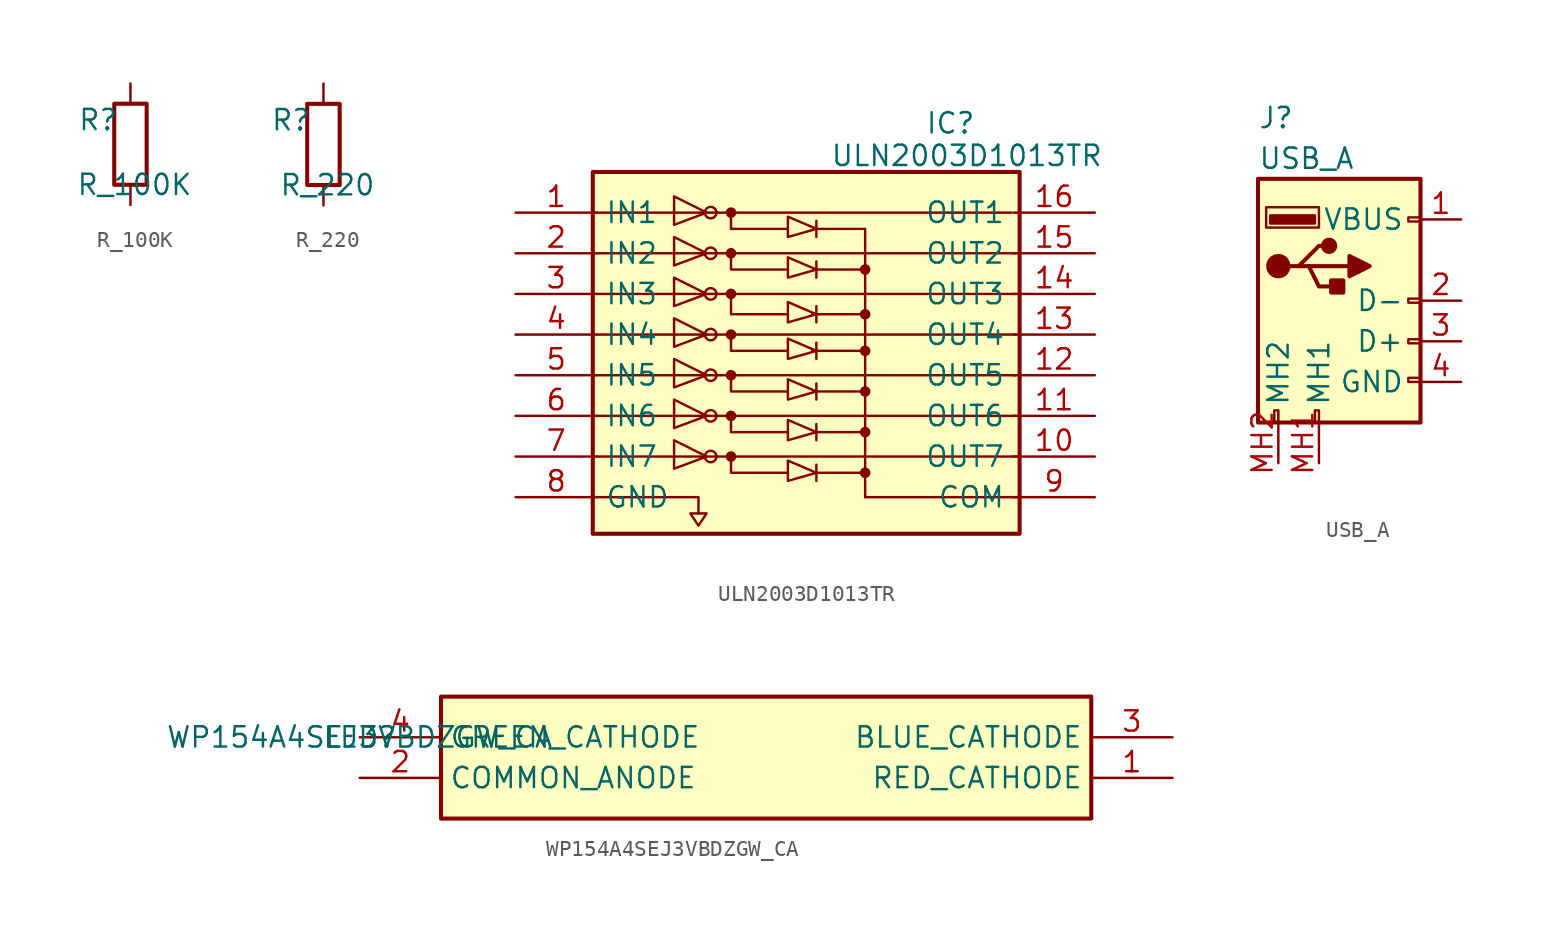
<source format=kicad_sym>
(kicad_symbol_lib
  (version 20211014)
  (generator kicad_symbol_editor)
  (symbol "R_100K"
    (pin_numbers hide)
    (pin_names
      (offset 1.016) hide)
    (property "Reference" "R"
      (at -2.032 1.524 0)
      (effects (font (size 1.27 1.27))))
    (property "Value" "R_100K"
      (at 0.254 -2.54 0)
      (effects (font (size 1.27 1.27))))
    (symbol "R_100K_0_1"
      (rectangle (start -1.016 -2.54) (end 1.016 2.54) (stroke (width 0.254) (type default) (color 0 0 0 0)) (fill (type none))))
    (symbol "R_100K_1_1"
      (pin passive line (at 0 3.81 270) (length 1.27) (name "~" (effects (font (size 1.27 1.27)))) (number "1" (effects (font (size 1.27 1.27)))))
      (pin passive line (at 0 -3.81 90) (length 1.27) (name "~" (effects (font (size 1.27 1.27)))) (number "2" (effects (font (size 1.27 1.27)))))))
  (symbol "R_220"
    (pin_numbers hide)
    (pin_names
      (offset 1.016) hide)
    (property "Reference" "R"
      (at -2.032 1.524 0)
      (effects (font (size 1.27 1.27))))
    (property "Value" "R_220"
      (at 0.254 -2.54 0)
      (effects (font (size 1.27 1.27))))
    (symbol "R_220_0_1"
      (rectangle (start -1.016 -2.54) (end 1.016 2.54) (stroke (width 0.254) (type default) (color 0 0 0 0)) (fill (type none))))
    (symbol "R_220_1_1"
      (pin passive line (at 0 3.81 270) (length 1.27) (name "~" (effects (font (size 1.27 1.27)))) (number "1" (effects (font (size 1.27 1.27)))))
      (pin passive line (at 0 -3.81 90) (length 1.27) (name "~" (effects (font (size 1.27 1.27)))) (number "2" (effects (font (size 1.27 1.27)))))))
  (symbol "ULN2003D1013TR"
    (property "Reference" "IC"
      (at 27.178 5.588 0)
      (effects (font (size 1.27 1.27))))
    (property "Value" "ULN2003D1013TR"
      (at 28.194 3.556 0)
      (effects (font (size 1.27 1.27))))
    (symbol "ULN2003D1013TR_0_0"
      (text "" (at 10.922 -13.208 0) (effects (font (size 1.27 1.27)))))
    (symbol "ULN2003D1013TR_0_1"
      (polyline (pts (xy 4.826 0) (xy 30.988 0)) (stroke (width 0) (type default) (color 0 0 0 0)) (fill (type none)))
      (polyline (pts (xy 5.08 -15.24) (xy 31.496 -15.24)) (stroke (width 0) (type default) (color 0 0 0 0)) (fill (type none)))
      (polyline (pts (xy 5.08 -12.7) (xy 31.242 -12.7)) (stroke (width 0) (type default) (color 0 0 0 0)) (fill (type none)))
      (polyline (pts (xy 5.08 -10.16) (xy 31.242 -10.16)) (stroke (width 0) (type default) (color 0 0 0 0)) (fill (type none)))
      (polyline (pts (xy 5.08 -7.62) (xy 31.242 -7.62)) (stroke (width 0) (type default) (color 0 0 0 0)) (fill (type none)))
      (polyline (pts (xy 5.08 -5.08) (xy 31.242 -5.08)) (stroke (width 0) (type default) (color 0 0 0 0)) (fill (type none)))
      (polyline (pts (xy 5.08 -2.54) (xy 31.242 -2.54)) (stroke (width 0) (type default) (color 0 0 0 0)) (fill (type none)))
      (polyline (pts (xy 18.542 -8.636) (xy 21.59 -8.636)) (stroke (width 0) (type default) (color 0 0 0 0)) (fill (type none)))
      (polyline (pts (xy 18.542 -6.35) (xy 21.59 -6.35)) (stroke (width 0) (type default) (color 0 0 0 0)) (fill (type none)))
      (polyline (pts (xy 18.796 -16.256) (xy 21.844 -16.256)) (stroke (width 0) (type default) (color 0 0 0 0)) (fill (type none)))
      (polyline (pts (xy 18.796 -15.748) (xy 18.796 -16.764)) (stroke (width 0) (type default) (color 0 0 0 0)) (fill (type none)))
      (polyline (pts (xy 18.796 -13.716) (xy 21.844 -13.716)) (stroke (width 0) (type default) (color 0 0 0 0)) (fill (type none)))
      (polyline (pts (xy 18.796 -13.208) (xy 18.796 -14.224)) (stroke (width 0) (type default) (color 0 0 0 0)) (fill (type none)))
      (polyline (pts (xy 18.796 -11.176) (xy 21.844 -11.176)) (stroke (width 0) (type default) (color 0 0 0 0)) (fill (type none)))
      (polyline (pts (xy 18.796 -10.668) (xy 18.796 -11.684)) (stroke (width 0) (type default) (color 0 0 0 0)) (fill (type none)))
      (polyline (pts (xy 18.796 -8.128) (xy 18.796 -9.144)) (stroke (width 0) (type default) (color 0 0 0 0)) (fill (type none)))
      (polyline (pts (xy 18.796 -5.842) (xy 18.796 -6.858)) (stroke (width 0) (type default) (color 0 0 0 0)) (fill (type none)))
      (polyline (pts (xy 18.796 -3.556) (xy 21.844 -3.556)) (stroke (width 0) (type default) (color 0 0 0 0)) (fill (type none)))
      (polyline (pts (xy 18.796 -3.048) (xy 18.796 -4.064)) (stroke (width 0) (type default) (color 0 0 0 0)) (fill (type none)))
      (polyline (pts (xy 18.796 -0.508) (xy 18.796 -1.524)) (stroke (width 0) (type default) (color 0 0 0 0)) (fill (type none)))
      (polyline (pts (xy 21.844 -17.78) (xy 31.496 -17.78)) (stroke (width 0) (type default) (color 0 0 0 0)) (fill (type none)))
      (polyline (pts (xy 5.08 -17.78) (xy 11.43 -17.78) (xy 11.43 -18.796)) (stroke (width 0) (type default) (color 0 0 0 0)) (fill (type none)))
      (polyline (pts (xy 13.462 -15.24) (xy 13.462 -16.256) (xy 17.018 -16.256)) (stroke (width 0) (type default) (color 0 0 0 0)) (fill (type none)))
      (polyline (pts (xy 13.462 -12.7) (xy 13.462 -13.716) (xy 17.018 -13.716)) (stroke (width 0) (type default) (color 0 0 0 0)) (fill (type none)))
      (polyline (pts (xy 13.462 -10.16) (xy 13.462 -11.176) (xy 17.018 -11.176)) (stroke (width 0) (type default) (color 0 0 0 0)) (fill (type none)))
      (polyline (pts (xy 13.462 -7.62) (xy 13.462 -8.636) (xy 17.018 -8.636)) (stroke (width 0) (type default) (color 0 0 0 0)) (fill (type none)))
      (polyline (pts (xy 13.462 -5.334) (xy 13.462 -6.35) (xy 17.018 -6.35)) (stroke (width 0) (type default) (color 0 0 0 0)) (fill (type none)))
      (polyline (pts (xy 13.462 -2.54) (xy 13.462 -3.556) (xy 17.018 -3.556)) (stroke (width 0) (type default) (color 0 0 0 0)) (fill (type none)))
      (polyline (pts (xy 13.462 0) (xy 13.462 -1.016) (xy 17.018 -1.016)) (stroke (width 0) (type default) (color 0 0 0 0)) (fill (type none)))
      (polyline (pts (xy 21.844 -17.78) (xy 21.844 -1.016) (xy 18.796 -1.016)) (stroke (width 0) (type default) (color 0 0 0 0)) (fill (type none)))
      (polyline (pts (xy 9.906 -14.224) (xy 9.906 -16.002) (xy 11.938 -15.24) (xy 9.906 -14.224)) (stroke (width 0) (type default) (color 0 0 0 0)) (fill (type none)))
      (polyline (pts (xy 9.906 -11.684) (xy 9.906 -13.462) (xy 11.938 -12.7) (xy 9.906 -11.684)) (stroke (width 0) (type default) (color 0 0 0 0)) (fill (type none)))
      (polyline (pts (xy 9.906 -9.144) (xy 9.906 -10.922) (xy 11.938 -10.16) (xy 9.906 -9.144)) (stroke (width 0) (type default) (color 0 0 0 0)) (fill (type none)))
      (polyline (pts (xy 9.906 -6.604) (xy 9.906 -8.382) (xy 11.938 -7.62) (xy 9.906 -6.604)) (stroke (width 0) (type default) (color 0 0 0 0)) (fill (type none)))
      (polyline (pts (xy 9.906 -4.064) (xy 9.906 -5.842) (xy 11.938 -5.08) (xy 9.906 -4.064)) (stroke (width 0) (type default) (color 0 0 0 0)) (fill (type none)))
      (polyline (pts (xy 9.906 -1.524) (xy 9.906 -3.302) (xy 11.938 -2.54) (xy 9.906 -1.524)) (stroke (width 0) (type default) (color 0 0 0 0)) (fill (type none)))
      (polyline (pts (xy 9.906 1.016) (xy 9.906 -0.762) (xy 11.938 0) (xy 9.906 1.016)) (stroke (width 0) (type default) (color 0 0 0 0)) (fill (type none)))
      (polyline (pts (xy 10.922 -18.796) (xy 11.938 -18.796) (xy 11.43 -19.558) (xy 10.922 -18.796)) (stroke (width 0) (type default) (color 0 0 0 0)) (fill (type none)))
      (polyline (pts (xy 17.018 -15.494) (xy 17.018 -16.764) (xy 18.796 -16.256) (xy 17.018 -15.494)) (stroke (width 0) (type default) (color 0 0 0 0)) (fill (type none)))
      (polyline (pts (xy 17.018 -12.954) (xy 17.018 -14.224) (xy 18.796 -13.716) (xy 17.018 -12.954)) (stroke (width 0) (type default) (color 0 0 0 0)) (fill (type none)))
      (polyline (pts (xy 17.018 -10.414) (xy 17.018 -11.684) (xy 18.796 -11.176) (xy 17.018 -10.414)) (stroke (width 0) (type default) (color 0 0 0 0)) (fill (type none)))
      (polyline (pts (xy 17.018 -7.874) (xy 17.018 -9.144) (xy 18.796 -8.636) (xy 17.018 -7.874)) (stroke (width 0) (type default) (color 0 0 0 0)) (fill (type none)))
      (polyline (pts (xy 17.018 -5.588) (xy 17.018 -6.858) (xy 18.796 -6.35) (xy 17.018 -5.588)) (stroke (width 0) (type default) (color 0 0 0 0)) (fill (type none)))
      (polyline (pts (xy 17.018 -2.794) (xy 17.018 -4.064) (xy 18.796 -3.556) (xy 17.018 -2.794)) (stroke (width 0) (type default) (color 0 0 0 0)) (fill (type none)))
      (polyline (pts (xy 17.018 -0.254) (xy 17.018 -1.524) (xy 18.796 -1.016) (xy 17.018 -0.254)) (stroke (width 0) (type default) (color 0 0 0 0)) (fill (type none)))
      (circle (center 12.192 -15.24) (radius 0.359) (stroke (width 0) (type default) (color 0 0 0 0)) (fill (type none)))
      (circle (center 12.192 -12.7) (radius 0.359) (stroke (width 0) (type default) (color 0 0 0 0)) (fill (type none)))
      (circle (center 12.192 -10.16) (radius 0.359) (stroke (width 0) (type default) (color 0 0 0 0)) (fill (type none)))
      (circle (center 12.192 -7.62) (radius 0.359) (stroke (width 0) (type default) (color 0 0 0 0)) (fill (type none)))
      (circle (center 12.192 -5.08) (radius 0.359) (stroke (width 0) (type default) (color 0 0 0 0)) (fill (type none)))
      (circle (center 12.192 -2.54) (radius 0.359) (stroke (width 0) (type default) (color 0 0 0 0)) (fill (type none)))
      (circle (center 12.192 0) (radius 0.359) (stroke (width 0) (type default) (color 0 0 0 0)) (fill (type none)))
      (circle (center 13.462 -15.24) (radius 0.254) (stroke (width 0) (type default) (color 0 0 0 0)) (fill (type outline)))
      (circle (center 13.462 -12.7) (radius 0.254) (stroke (width 0) (type default) (color 0 0 0 0)) (fill (type outline)))
      (circle (center 13.462 -10.16) (radius 0.254) (stroke (width 0) (type default) (color 0 0 0 0)) (fill (type outline)))
      (circle (center 13.462 -7.62) (radius 0.254) (stroke (width 0) (type default) (color 0 0 0 0)) (fill (type outline)))
      (circle (center 13.462 -5.08) (radius 0.254) (stroke (width 0) (type default) (color 0 0 0 0)) (fill (type outline)))
      (circle (center 13.462 -2.54) (radius 0.254) (stroke (width 0) (type default) (color 0 0 0 0)) (fill (type outline)))
      (circle (center 13.462 0) (radius 0.254) (stroke (width 0) (type default) (color 0 0 0 0)) (fill (type outline)))
      (circle (center 21.844 -16.256) (radius 0.254) (stroke (width 0) (type default) (color 0 0 0 0)) (fill (type outline)))
      (circle (center 21.844 -13.716) (radius 0.254) (stroke (width 0) (type default) (color 0 0 0 0)) (fill (type outline)))
      (circle (center 21.844 -11.176) (radius 0.254) (stroke (width 0) (type default) (color 0 0 0 0)) (fill (type outline)))
      (circle (center 21.844 -8.636) (radius 0.254) (stroke (width 0) (type default) (color 0 0 0 0)) (fill (type outline)))
      (circle (center 21.844 -6.35) (radius 0.254) (stroke (width 0) (type default) (color 0 0 0 0)) (fill (type outline)))
      (circle (center 21.844 -3.556) (radius 0.254) (stroke (width 0) (type default) (color 0 0 0 0)) (fill (type outline))))
    (symbol "ULN2003D1013TR_1_1"
      (rectangle (start 4.826 2.54) (end 31.496 -20.066) (stroke (width 0.254) (type default) (color 0 0 0 0)) (fill (type background)))
      (pin passive line (at 0 0 0) (length 5.08) (name "IN1" (effects (font (size 1.27 1.27)))) (number "1" (effects (font (size 1.27 1.27)))))
      (pin passive line (at 36.195 -15.24 180) (length 5.08) (name "OUT7" (effects (font (size 1.27 1.27)))) (number "10" (effects (font (size 1.27 1.27)))))
      (pin passive line (at 36.195 -12.7 180) (length 5.08) (name "OUT6" (effects (font (size 1.27 1.27)))) (number "11" (effects (font (size 1.27 1.27)))))
      (pin passive line (at 36.195 -10.16 180) (length 5.08) (name "OUT5" (effects (font (size 1.27 1.27)))) (number "12" (effects (font (size 1.27 1.27)))))
      (pin passive line (at 36.195 -7.62 180) (length 5.08) (name "OUT4" (effects (font (size 1.27 1.27)))) (number "13" (effects (font (size 1.27 1.27)))))
      (pin passive line (at 36.195 -5.08 180) (length 5.08) (name "OUT3" (effects (font (size 1.27 1.27)))) (number "14" (effects (font (size 1.27 1.27)))))
      (pin passive line (at 36.195 -2.54 180) (length 5.08) (name "OUT2" (effects (font (size 1.27 1.27)))) (number "15" (effects (font (size 1.27 1.27)))))
      (pin passive line (at 36.195 0 180) (length 5.08) (name "OUT1" (effects (font (size 1.27 1.27)))) (number "16" (effects (font (size 1.27 1.27)))))
      (pin passive line (at 0 -2.54 0) (length 5.08) (name "IN2" (effects (font (size 1.27 1.27)))) (number "2" (effects (font (size 1.27 1.27)))))
      (pin passive line (at 0 -5.08 0) (length 5.08) (name "IN3" (effects (font (size 1.27 1.27)))) (number "3" (effects (font (size 1.27 1.27)))))
      (pin passive line (at 0 -7.62 0) (length 5.08) (name "IN4" (effects (font (size 1.27 1.27)))) (number "4" (effects (font (size 1.27 1.27)))))
      (pin passive line (at 0 -10.16 0) (length 5.08) (name "IN5" (effects (font (size 1.27 1.27)))) (number "5" (effects (font (size 1.27 1.27)))))
      (pin passive line (at 0 -12.7 0) (length 5.08) (name "IN6" (effects (font (size 1.27 1.27)))) (number "6" (effects (font (size 1.27 1.27)))))
      (pin passive line (at 0 -15.24 0) (length 5.08) (name "IN7" (effects (font (size 1.27 1.27)))) (number "7" (effects (font (size 1.27 1.27)))))
      (pin passive line (at 0 -17.78 0) (length 5.08) (name "GND" (effects (font (size 1.27 1.27)))) (number "8" (effects (font (size 1.27 1.27)))))
      (pin passive line (at 36.195 -17.78 180) (length 5.08) (name "COM" (effects (font (size 1.27 1.27)))) (number "9" (effects (font (size 1.27 1.27)))))))
  (symbol "USB_A"
    (pin_names
      (offset 1.016))
    (property "Reference" "J"
      (at -5.08 11.43 0)
      (effects (font (size 1.27 1.27)) (justify left)))
    (property "Value" "USB_A"
      (at -5.08 8.89 0)
      (effects (font (size 1.27 1.27)) (justify left)))
    (symbol "USB_A_0_1"
      (rectangle (start -5.08 -7.62) (end 5.08 7.62) (stroke (width 0.254) (type default) (color 0 0 0 0)) (fill (type background)))
      (rectangle (start -4.064 -7.62) (end -3.81 -6.858) (stroke (width 0) (type default) (color 0 0 0 0)) (fill (type none)))
      (circle (center -3.81 2.159) (radius 0.635) (stroke (width 0.254) (type default) (color 0 0 0 0)) (fill (type outline)))
      (rectangle (start -1.524 -7.62) (end -1.27 -6.858) (stroke (width 0) (type default) (color 0 0 0 0)) (fill (type none)))
      (rectangle (start -1.524 4.826) (end -4.318 5.334) (stroke (width 0) (type default) (color 0 0 0 0)) (fill (type outline)))
      (rectangle (start -1.27 4.572) (end -4.572 5.842) (stroke (width 0) (type default) (color 0 0 0 0)) (fill (type none)))
      (circle (center -0.635 3.429) (radius 0.381) (stroke (width 0.254) (type default) (color 0 0 0 0)) (fill (type outline)))
      (polyline (pts (xy -3.175 2.159) (xy -2.54 2.159) (xy -1.27 3.429) (xy -0.635 3.429)) (stroke (width 0.254) (type default) (color 0 0 0 0)) (fill (type none)))
      (polyline (pts (xy -2.54 2.159) (xy -1.905 2.159) (xy -1.27 0.889) (xy 0 0.889)) (stroke (width 0.254) (type default) (color 0 0 0 0)) (fill (type none)))
      (polyline (pts (xy 0.635 2.794) (xy 0.635 1.524) (xy 1.905 2.159) (xy 0.635 2.794)) (stroke (width 0.254) (type default) (color 0 0 0 0)) (fill (type outline)))
      (rectangle (start 0.254 1.27) (end -0.508 0.508) (stroke (width 0.254) (type default) (color 0 0 0 0)) (fill (type outline)))
      (rectangle (start 5.08 -5.08) (end 4.318 -4.826) (stroke (width 0) (type default) (color 0 0 0 0)) (fill (type none)))
      (rectangle (start 5.08 -2.667) (end 4.318 -2.413) (stroke (width 0) (type default) (color 0 0 0 0)) (fill (type none)))
      (rectangle (start 5.08 -0.127) (end 4.318 0.127) (stroke (width 0) (type default) (color 0 0 0 0)) (fill (type none)))
      (rectangle (start 5.08 4.953) (end 4.318 5.207) (stroke (width 0) (type default) (color 0 0 0 0)) (fill (type none))))
    (symbol "USB_A_1_1"
      (polyline (pts (xy -1.905 2.159) (xy 0.635 2.159)) (stroke (width 0.254) (type default) (color 0 0 0 0)) (fill (type none)))
      (pin power_in line (at 7.62 5.08 180) (length 2.54) (name "VBUS" (effects (font (size 1.27 1.27)))) (number "1" (effects (font (size 1.27 1.27)))))
      (pin bidirectional line (at 7.62 0 180) (length 2.54) (name "D-" (effects (font (size 1.27 1.27)))) (number "2" (effects (font (size 1.27 1.27)))))
      (pin bidirectional line (at 7.62 -2.54 180) (length 2.54) (name "D+" (effects (font (size 1.27 1.27)))) (number "3" (effects (font (size 1.27 1.27)))))
      (pin power_in line (at 7.62 -5.08 180) (length 2.54) (name "GND" (effects (font (size 1.27 1.27)))) (number "4" (effects (font (size 1.27 1.27)))))
      (pin passive line (at -1.27 -10.16 90) (length 2.54) (name "MH1" (effects (font (size 1.27 1.27)))) (number "MH1" (effects (font (size 1.27 1.27)))))
      (pin passive line (at -3.81 -10.16 90) (length 2.54) (name "MH2" (effects (font (size 1.27 1.27)))) (number "MH2" (effects (font (size 1.27 1.27)))))))
  (symbol "WP154A4SEJ3VBDZGW_CA"
    (property "Reference" "LED"
      (at 0 0 0)
      (effects (font (size 1.27 1.27))))
    (property "Value" "WP154A4SEJ3VBDZGW_CA"
      (at 0 0 0)
      (effects (font (size 1.27 1.27))))
    (symbol "WP154A4SEJ3VBDZGW_CA_1_1"
      (rectangle (start 5.08 2.54) (end 45.72 -5.08) (stroke (width 0.254) (type default) (color 0 0 0 0)) (fill (type background)))
      (pin passive line (at 50.8 -2.54 180) (length 5.08) (name "RED_CATHODE" (effects (font (size 1.27 1.27)))) (number "1" (effects (font (size 1.27 1.27)))))
      (pin passive line (at 0 -2.54 0) (length 5.08) (name "COMMON_ANODE" (effects (font (size 1.27 1.27)))) (number "2" (effects (font (size 1.27 1.27)))))
      (pin passive line (at 50.8 0 180) (length 5.08) (name "BLUE_CATHODE" (effects (font (size 1.27 1.27)))) (number "3" (effects (font (size 1.27 1.27)))))
      (pin passive line (at 0 0 0) (length 5.08) (name "GREEN_CATHODE" (effects (font (size 1.27 1.27)))) (number "4" (effects (font (size 1.27 1.27))))))))
</source>
